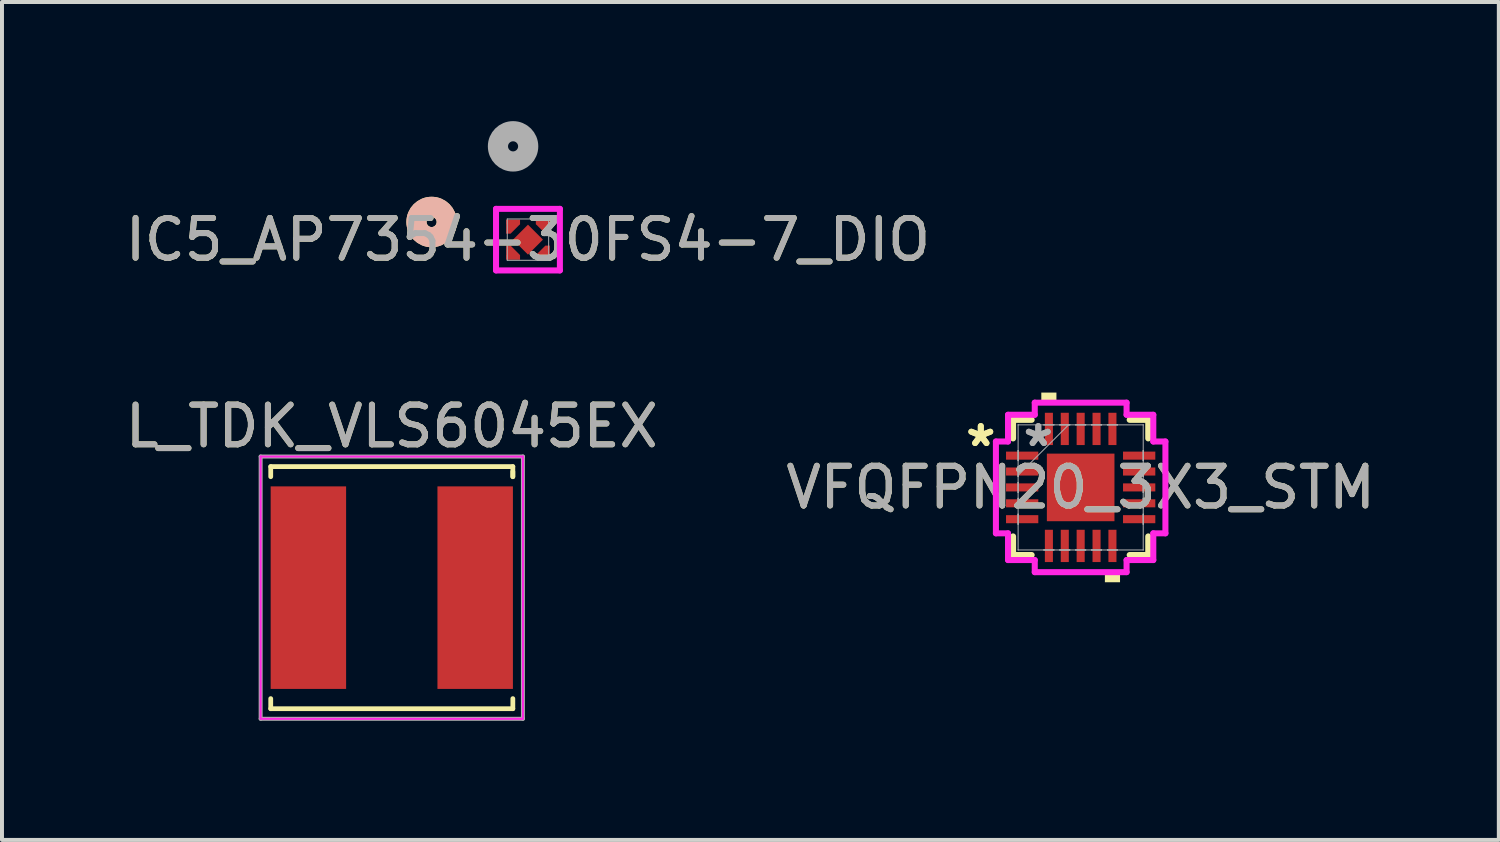
<source format=kicad_pcb>
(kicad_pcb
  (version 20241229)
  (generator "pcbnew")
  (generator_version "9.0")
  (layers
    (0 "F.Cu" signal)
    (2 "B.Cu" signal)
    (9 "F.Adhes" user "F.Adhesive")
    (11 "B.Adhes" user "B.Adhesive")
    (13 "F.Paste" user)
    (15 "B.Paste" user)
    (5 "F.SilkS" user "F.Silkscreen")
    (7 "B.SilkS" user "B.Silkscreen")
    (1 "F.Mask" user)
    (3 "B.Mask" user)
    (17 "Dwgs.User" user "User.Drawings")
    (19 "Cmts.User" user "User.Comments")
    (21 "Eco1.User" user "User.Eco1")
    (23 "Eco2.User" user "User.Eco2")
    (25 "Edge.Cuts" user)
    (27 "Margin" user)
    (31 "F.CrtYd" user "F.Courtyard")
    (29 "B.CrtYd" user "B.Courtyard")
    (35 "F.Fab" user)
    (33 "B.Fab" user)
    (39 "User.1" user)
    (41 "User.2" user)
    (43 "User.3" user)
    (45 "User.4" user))
  (footprint "IC5_AP7354-30FS4-7_DIO"
    (layer "F.Cu")
    (at 10.244 2.984)
    (property "Reference" "IC5_AP7354-30FS4-7_DIO" (at 0 0 0) (unlocked yes) (layer "F.SilkS") (effects (font (size 1 1) (thickness 0.15))))
    (attr smd)
    (fp_poly (pts (xy -0.55 0.15) (xy -0.438 0.15) (xy -0.2 0.388) (xy -0.2 0.5) (xy -0.55 0.5)) (stroke (width 0) (type solid)) (fill yes) (layer "F.Cu"))
    (fp_poly (pts (xy -0.2 -0.5) (xy -0.2 -0.388) (xy -0.438 -0.15) (xy -0.55 -0.15) (xy -0.55 -0.5)) (stroke (width 0) (type solid)) (fill yes) (layer "F.Cu"))
    (fp_poly (pts (xy 0.2 -0.388) (xy 0.2 -0.5) (xy 0.55 -0.5) (xy 0.55 -0.15) (xy 0.438 -0.15)) (stroke (width 0) (type solid)) (fill yes) (layer "F.Cu"))
    (fp_poly (pts (xy 0.2 0.388) (xy 0.2 0.5) (xy 0.55 0.5) (xy 0.55 0.15) (xy 0.438 0.15)) (stroke (width 0) (type solid)) (fill yes) (layer "F.Cu"))
    (fp_poly (pts (xy -0.55 0.15) (xy -0.438 0.15) (xy -0.2 0.388) (xy -0.2 0.5) (xy -0.55 0.5)) (stroke (width 0) (type solid)) (fill yes) (layer "F.Mask"))
    (fp_poly (pts (xy -0.2 -0.5) (xy -0.2 -0.388) (xy -0.438 -0.15) (xy -0.55 -0.15) (xy -0.55 -0.5)) (stroke (width 0) (type solid)) (fill yes) (layer "F.Mask"))
    (fp_poly (pts (xy 0.2 -0.388) (xy 0.2 -0.5) (xy 0.55 -0.5) (xy 0.55 -0.15) (xy 0.438 -0.15)) (stroke (width 0) (type solid)) (fill yes) (layer "F.Mask"))
    (fp_poly (pts (xy 0.2 0.388) (xy 0.2 0.5) (xy 0.55 0.5) (xy 0.55 0.15) (xy 0.438 0.15)) (stroke (width 0) (type solid)) (fill yes) (layer "F.Mask"))
    (fp_circle (center -2.426 -0.444) (end -2.045 -0.444) (stroke (width 0.508) (type solid)) (fill no) (layer "F.SilkS"))
    (fp_circle (center -2.426 -0.444) (end -2.045 -0.444) (stroke (width 0.508) (type solid)) (fill no) (layer "B.SilkS"))
    (fp_poly (pts (xy -0.55 0.15) (xy -0.438 0.15) (xy -0.2 0.388) (xy -0.2 0.5) (xy -0.55 0.5)) (stroke (width 0) (type solid)) (fill yes) (layer "F.Paste"))
    (fp_poly (pts (xy -0.2 -0.5) (xy -0.2 -0.388) (xy -0.438 -0.15) (xy -0.55 -0.15) (xy -0.55 -0.5)) (stroke (width 0) (type solid)) (fill yes) (layer "F.Paste"))
    (fp_poly (pts (xy 0.2 -0.388) (xy 0.2 -0.5) (xy 0.55 -0.5) (xy 0.55 -0.15) (xy 0.438 -0.15)) (stroke (width 0) (type solid)) (fill yes) (layer "F.Paste"))
    (fp_poly (pts (xy 0.2 0.388) (xy 0.2 0.5) (xy 0.55 0.5) (xy 0.55 0.15) (xy 0.438 0.15)) (stroke (width 0) (type solid)) (fill yes) (layer "F.Paste"))
    (fp_line (start -0.804 -0.775) (end -0.804 0.775) (stroke (width 0.152) (type solid)) (layer "F.CrtYd"))
    (fp_line (start -0.804 0.775) (end 0.804 0.775) (stroke (width 0.152) (type solid)) (layer "F.CrtYd"))
    (fp_line (start 0.804 -0.775) (end -0.804 -0.775) (stroke (width 0.152) (type solid)) (layer "F.CrtYd"))
    (fp_line (start 0.804 0.775) (end 0.804 -0.775) (stroke (width 0.152) (type solid)) (layer "F.CrtYd"))
    (fp_line (start -0.521 -0.521) (end -0.521 0.521) (stroke (width 0.025) (type solid)) (layer "F.Fab"))
    (fp_line (start -0.521 0.521) (end 0.521 0.521) (stroke (width 0.025) (type solid)) (layer "F.Fab"))
    (fp_line (start 0.521 -0.521) (end -0.521 -0.521) (stroke (width 0.025) (type solid)) (layer "F.Fab"))
    (fp_line (start 0.521 0.521) (end 0.521 -0.521) (stroke (width 0.025) (type solid)) (layer "F.Fab"))
    (fp_circle (center -0.375 -2.349) (end 0.006 -2.349) (stroke (width 0.508) (type solid)) (fill no) (layer "F.Fab"))
    (fp_text user "${REFERENCE}" (at 0 0 0) (unlocked yes) (layer "F.Fab") (effects (font (size 1 1) (thickness 0.15))))
    (pad "1" smd rect (at -0.375 -0.444) (size 0.35 0.112) (layers "F.Cu" "F.Mask" "F.Paste"))
    (pad "2" smd rect (at -0.375 0.444) (size 0.35 0.112) (layers "F.Cu" "F.Mask" "F.Paste"))
    (pad "3" smd rect (at 0.375 0.444) (size 0.35 0.112) (layers "F.Cu" "F.Mask" "F.Paste"))
    (pad "4" smd rect (at 0.375 -0.444) (size 0.35 0.112) (layers "F.Cu" "F.Mask" "F.Paste"))
    (pad "5" smd rect (at 0 0 45) (size 0.533 0.533) (layers "F.Cu" "F.Mask" "F.Paste")))
  (footprint "VFQFPN20_3X3_STM"
    (layer "F.Cu")
    (at 24.161 9.223)
    (property "Reference" "VFQFPN20_3X3_STM" (at 0 0 0) (unlocked yes) (layer "F.SilkS") (effects (font (size 1 1) (thickness 0.15))))
    (attr smd)
    (fp_line (start -1.702 -1.702) (end -1.702 -1.234) (stroke (width 0.152) (type solid)) (layer "F.SilkS"))
    (fp_line (start -1.702 1.234) (end -1.702 1.702) (stroke (width 0.152) (type solid)) (layer "F.SilkS"))
    (fp_line (start -1.702 1.702) (end -1.234 1.702) (stroke (width 0.152) (type solid)) (layer "F.SilkS"))
    (fp_line (start -1.234 -1.702) (end -1.702 -1.702) (stroke (width 0.152) (type solid)) (layer "F.SilkS"))
    (fp_line (start 1.234 1.702) (end 1.702 1.702) (stroke (width 0.152) (type solid)) (layer "F.SilkS"))
    (fp_line (start 1.702 -1.702) (end 1.234 -1.702) (stroke (width 0.152) (type solid)) (layer "F.SilkS"))
    (fp_line (start 1.702 -1.234) (end 1.702 -1.702) (stroke (width 0.152) (type solid)) (layer "F.SilkS"))
    (fp_line (start 1.702 1.702) (end 1.702 1.234) (stroke (width 0.152) (type solid)) (layer "F.SilkS"))
    (fp_poly (pts (xy -0.991 -2.134) (xy -0.991 -2.388) (xy -0.61 -2.388) (xy -0.61 -2.134)) (stroke (width 0) (type solid)) (fill yes) (layer "F.SilkS"))
    (fp_poly (pts (xy 0.61 2.134) (xy 0.61 2.388) (xy 0.991 2.388) (xy 0.991 2.134)) (stroke (width 0) (type solid)) (fill yes) (layer "F.SilkS"))
    (fp_line (start -2.134 -1.156) (end -1.829 -1.156) (stroke (width 0.152) (type solid)) (layer "F.CrtYd"))
    (fp_line (start -2.134 1.156) (end -2.134 -1.156) (stroke (width 0.152) (type solid)) (layer "F.CrtYd"))
    (fp_line (start -1.829 -1.829) (end -1.156 -1.829) (stroke (width 0.152) (type solid)) (layer "F.CrtYd"))
    (fp_line (start -1.829 -1.156) (end -1.829 -1.829) (stroke (width 0.152) (type solid)) (layer "F.CrtYd"))
    (fp_line (start -1.829 1.156) (end -2.134 1.156) (stroke (width 0.152) (type solid)) (layer "F.CrtYd"))
    (fp_line (start -1.829 1.829) (end -1.829 1.156) (stroke (width 0.152) (type solid)) (layer "F.CrtYd"))
    (fp_line (start -1.156 -2.134) (end 1.156 -2.134) (stroke (width 0.152) (type solid)) (layer "F.CrtYd"))
    (fp_line (start -1.156 -1.829) (end -1.156 -2.134) (stroke (width 0.152) (type solid)) (layer "F.CrtYd"))
    (fp_line (start -1.156 1.829) (end -1.829 1.829) (stroke (width 0.152) (type solid)) (layer "F.CrtYd"))
    (fp_line (start -1.156 2.134) (end -1.156 1.829) (stroke (width 0.152) (type solid)) (layer "F.CrtYd"))
    (fp_line (start 1.156 -2.134) (end 1.156 -1.829) (stroke (width 0.152) (type solid)) (layer "F.CrtYd"))
    (fp_line (start 1.156 -1.829) (end 1.829 -1.829) (stroke (width 0.152) (type solid)) (layer "F.CrtYd"))
    (fp_line (start 1.156 1.829) (end 1.156 2.134) (stroke (width 0.152) (type solid)) (layer "F.CrtYd"))
    (fp_line (start 1.156 2.134) (end -1.156 2.134) (stroke (width 0.152) (type solid)) (layer "F.CrtYd"))
    (fp_line (start 1.829 -1.829) (end 1.829 -1.156) (stroke (width 0.152) (type solid)) (layer "F.CrtYd"))
    (fp_line (start 1.829 -1.156) (end 2.134 -1.156) (stroke (width 0.152) (type solid)) (layer "F.CrtYd"))
    (fp_line (start 1.829 1.156) (end 1.829 1.829) (stroke (width 0.152) (type solid)) (layer "F.CrtYd"))
    (fp_line (start 1.829 1.829) (end 1.156 1.829) (stroke (width 0.152) (type solid)) (layer "F.CrtYd"))
    (fp_line (start 2.134 -1.156) (end 2.134 1.156) (stroke (width 0.152) (type solid)) (layer "F.CrtYd"))
    (fp_line (start 2.134 1.156) (end 1.829 1.156) (stroke (width 0.152) (type solid)) (layer "F.CrtYd"))
    (fp_line (start -1.575 -1.575) (end -1.575 -1.575) (stroke (width 0.025) (type solid)) (layer "F.Fab"))
    (fp_line (start -1.575 -1.575) (end -1.575 1.575) (stroke (width 0.025) (type solid)) (layer "F.Fab"))
    (fp_line (start -1.575 -0.927) (end -1.575 -0.927) (stroke (width 0.025) (type solid)) (layer "F.Fab"))
    (fp_line (start -1.575 -0.927) (end -1.575 -0.673) (stroke (width 0.025) (type solid)) (layer "F.Fab"))
    (fp_line (start -1.575 -0.673) (end -1.575 -0.927) (stroke (width 0.025) (type solid)) (layer "F.Fab"))
    (fp_line (start -1.575 -0.673) (end -1.575 -0.673) (stroke (width 0.025) (type solid)) (layer "F.Fab"))
    (fp_line (start -1.575 -0.527) (end -1.575 -0.527) (stroke (width 0.025) (type solid)) (layer "F.Fab"))
    (fp_line (start -1.575 -0.527) (end -1.575 -0.273) (stroke (width 0.025) (type solid)) (layer "F.Fab"))
    (fp_line (start -1.575 -0.305) (end -0.305 -1.575) (stroke (width 0.025) (type solid)) (layer "F.Fab"))
    (fp_line (start -1.575 -0.273) (end -1.575 -0.527) (stroke (width 0.025) (type solid)) (layer "F.Fab"))
    (fp_line (start -1.575 -0.273) (end -1.575 -0.273) (stroke (width 0.025) (type solid)) (layer "F.Fab"))
    (fp_line (start -1.575 -0.127) (end -1.575 -0.127) (stroke (width 0.025) (type solid)) (layer "F.Fab"))
    (fp_line (start -1.575 -0.127) (end -1.575 0.127) (stroke (width 0.025) (type solid)) (layer "F.Fab"))
    (fp_line (start -1.575 0.127) (end -1.575 -0.127) (stroke (width 0.025) (type solid)) (layer "F.Fab"))
    (fp_line (start -1.575 0.127) (end -1.575 0.127) (stroke (width 0.025) (type solid)) (layer "F.Fab"))
    (fp_line (start -1.575 0.273) (end -1.575 0.273) (stroke (width 0.025) (type solid)) (layer "F.Fab"))
    (fp_line (start -1.575 0.273) (end -1.575 0.527) (stroke (width 0.025) (type solid)) (layer "F.Fab"))
    (fp_line (start -1.575 0.527) (end -1.575 0.273) (stroke (width 0.025) (type solid)) (layer "F.Fab"))
    (fp_line (start -1.575 0.527) (end -1.575 0.527) (stroke (width 0.025) (type solid)) (layer "F.Fab"))
    (fp_line (start -1.575 0.673) (end -1.575 0.673) (stroke (width 0.025) (type solid)) (layer "F.Fab"))
    (fp_line (start -1.575 0.673) (end -1.575 0.927) (stroke (width 0.025) (type solid)) (layer "F.Fab"))
    (fp_line (start -1.575 0.927) (end -1.575 0.673) (stroke (width 0.025) (type solid)) (layer "F.Fab"))
    (fp_line (start -1.575 0.927) (end -1.575 0.927) (stroke (width 0.025) (type solid)) (layer "F.Fab"))
    (fp_line (start -1.575 1.575) (end -1.575 1.575) (stroke (width 0.025) (type solid)) (layer "F.Fab"))
    (fp_line (start -1.575 1.575) (end 1.575 1.575) (stroke (width 0.025) (type solid)) (layer "F.Fab"))
    (fp_line (start -0.927 -1.575) (end -0.927 -1.575) (stroke (width 0.025) (type solid)) (layer "F.Fab"))
    (fp_line (start -0.927 -1.575) (end -0.673 -1.575) (stroke (width 0.025) (type solid)) (layer "F.Fab"))
    (fp_line (start -0.927 1.575) (end -0.927 1.575) (stroke (width 0.025) (type solid)) (layer "F.Fab"))
    (fp_line (start -0.927 1.575) (end -0.673 1.575) (stroke (width 0.025) (type solid)) (layer "F.Fab"))
    (fp_line (start -0.673 -1.575) (end -0.927 -1.575) (stroke (width 0.025) (type solid)) (layer "F.Fab"))
    (fp_line (start -0.673 -1.575) (end -0.673 -1.575) (stroke (width 0.025) (type solid)) (layer "F.Fab"))
    (fp_line (start -0.673 1.575) (end -0.927 1.575) (stroke (width 0.025) (type solid)) (layer "F.Fab"))
    (fp_line (start -0.673 1.575) (end -0.673 1.575) (stroke (width 0.025) (type solid)) (layer "F.Fab"))
    (fp_line (start -0.527 -1.575) (end -0.527 -1.575) (stroke (width 0.025) (type solid)) (layer "F.Fab"))
    (fp_line (start -0.527 -1.575) (end -0.273 -1.575) (stroke (width 0.025) (type solid)) (layer "F.Fab"))
    (fp_line (start -0.527 1.575) (end -0.527 1.575) (stroke (width 0.025) (type solid)) (layer "F.Fab"))
    (fp_line (start -0.527 1.575) (end -0.273 1.575) (stroke (width 0.025) (type solid)) (layer "F.Fab"))
    (fp_line (start -0.273 -1.575) (end -0.527 -1.575) (stroke (width 0.025) (type solid)) (layer "F.Fab"))
    (fp_line (start -0.273 -1.575) (end -0.273 -1.575) (stroke (width 0.025) (type solid)) (layer "F.Fab"))
    (fp_line (start -0.273 1.575) (end -0.527 1.575) (stroke (width 0.025) (type solid)) (layer "F.Fab"))
    (fp_line (start -0.273 1.575) (end -0.273 1.575) (stroke (width 0.025) (type solid)) (layer "F.Fab"))
    (fp_line (start -0.127 -1.575) (end -0.127 -1.575) (stroke (width 0.025) (type solid)) (layer "F.Fab"))
    (fp_line (start -0.127 -1.575) (end 0.127 -1.575) (stroke (width 0.025) (type solid)) (layer "F.Fab"))
    (fp_line (start -0.127 1.575) (end -0.127 1.575) (stroke (width 0.025) (type solid)) (layer "F.Fab"))
    (fp_line (start -0.127 1.575) (end 0.127 1.575) (stroke (width 0.025) (type solid)) (layer "F.Fab"))
    (fp_line (start 0.127 -1.575) (end -0.127 -1.575) (stroke (width 0.025) (type solid)) (layer "F.Fab"))
    (fp_line (start 0.127 -1.575) (end 0.127 -1.575) (stroke (width 0.025) (type solid)) (layer "F.Fab"))
    (fp_line (start 0.127 1.575) (end -0.127 1.575) (stroke (width 0.025) (type solid)) (layer "F.Fab"))
    (fp_line (start 0.127 1.575) (end 0.127 1.575) (stroke (width 0.025) (type solid)) (layer "F.Fab"))
    (fp_line (start 0.273 -1.575) (end 0.273 -1.575) (stroke (width 0.025) (type solid)) (layer "F.Fab"))
    (fp_line (start 0.273 -1.575) (end 0.527 -1.575) (stroke (width 0.025) (type solid)) (layer "F.Fab"))
    (fp_line (start 0.273 1.575) (end 0.273 1.575) (stroke (width 0.025) (type solid)) (layer "F.Fab"))
    (fp_line (start 0.273 1.575) (end 0.527 1.575) (stroke (width 0.025) (type solid)) (layer "F.Fab"))
    (fp_line (start 0.527 -1.575) (end 0.273 -1.575) (stroke (width 0.025) (type solid)) (layer "F.Fab"))
    (fp_line (start 0.527 -1.575) (end 0.527 -1.575) (stroke (width 0.025) (type solid)) (layer "F.Fab"))
    (fp_line (start 0.527 1.575) (end 0.273 1.575) (stroke (width 0.025) (type solid)) (layer "F.Fab"))
    (fp_line (start 0.527 1.575) (end 0.527 1.575) (stroke (width 0.025) (type solid)) (layer "F.Fab"))
    (fp_line (start 0.673 -1.575) (end 0.673 -1.575) (stroke (width 0.025) (type solid)) (layer "F.Fab"))
    (fp_line (start 0.673 -1.575) (end 0.927 -1.575) (stroke (width 0.025) (type solid)) (layer "F.Fab"))
    (fp_line (start 0.673 1.575) (end 0.673 1.575) (stroke (width 0.025) (type solid)) (layer "F.Fab"))
    (fp_line (start 0.673 1.575) (end 0.927 1.575) (stroke (width 0.025) (type solid)) (layer "F.Fab"))
    (fp_line (start 0.927 -1.575) (end 0.673 -1.575) (stroke (width 0.025) (type solid)) (layer "F.Fab"))
    (fp_line (start 0.927 -1.575) (end 0.927 -1.575) (stroke (width 0.025) (type solid)) (layer "F.Fab"))
    (fp_line (start 0.927 1.575) (end 0.673 1.575) (stroke (width 0.025) (type solid)) (layer "F.Fab"))
    (fp_line (start 0.927 1.575) (end 0.927 1.575) (stroke (width 0.025) (type solid)) (layer "F.Fab"))
    (fp_line (start 1.575 -1.575) (end -1.575 -1.575) (stroke (width 0.025) (type solid)) (layer "F.Fab"))
    (fp_line (start 1.575 -1.575) (end 1.575 -1.575) (stroke (width 0.025) (type solid)) (layer "F.Fab"))
    (fp_line (start 1.575 -0.927) (end 1.575 -0.927) (stroke (width 0.025) (type solid)) (layer "F.Fab"))
    (fp_line (start 1.575 -0.927) (end 1.575 -0.673) (stroke (width 0.025) (type solid)) (layer "F.Fab"))
    (fp_line (start 1.575 -0.673) (end 1.575 -0.927) (stroke (width 0.025) (type solid)) (layer "F.Fab"))
    (fp_line (start 1.575 -0.673) (end 1.575 -0.673) (stroke (width 0.025) (type solid)) (layer "F.Fab"))
    (fp_line (start 1.575 -0.527) (end 1.575 -0.527) (stroke (width 0.025) (type solid)) (layer "F.Fab"))
    (fp_line (start 1.575 -0.527) (end 1.575 -0.273) (stroke (width 0.025) (type solid)) (layer "F.Fab"))
    (fp_line (start 1.575 -0.273) (end 1.575 -0.527) (stroke (width 0.025) (type solid)) (layer "F.Fab"))
    (fp_line (start 1.575 -0.273) (end 1.575 -0.273) (stroke (width 0.025) (type solid)) (layer "F.Fab"))
    (fp_line (start 1.575 -0.127) (end 1.575 -0.127) (stroke (width 0.025) (type solid)) (layer "F.Fab"))
    (fp_line (start 1.575 -0.127) (end 1.575 0.127) (stroke (width 0.025) (type solid)) (layer "F.Fab"))
    (fp_line (start 1.575 0.127) (end 1.575 -0.127) (stroke (width 0.025) (type solid)) (layer "F.Fab"))
    (fp_line (start 1.575 0.127) (end 1.575 0.127) (stroke (width 0.025) (type solid)) (layer "F.Fab"))
    (fp_line (start 1.575 0.273) (end 1.575 0.273) (stroke (width 0.025) (type solid)) (layer "F.Fab"))
    (fp_line (start 1.575 0.273) (end 1.575 0.527) (stroke (width 0.025) (type solid)) (layer "F.Fab"))
    (fp_line (start 1.575 0.527) (end 1.575 0.273) (stroke (width 0.025) (type solid)) (layer "F.Fab"))
    (fp_line (start 1.575 0.527) (end 1.575 0.527) (stroke (width 0.025) (type solid)) (layer "F.Fab"))
    (fp_line (start 1.575 0.673) (end 1.575 0.673) (stroke (width 0.025) (type solid)) (layer "F.Fab"))
    (fp_line (start 1.575 0.673) (end 1.575 0.927) (stroke (width 0.025) (type solid)) (layer "F.Fab"))
    (fp_line (start 1.575 0.927) (end 1.575 0.673) (stroke (width 0.025) (type solid)) (layer "F.Fab"))
    (fp_line (start 1.575 0.927) (end 1.575 0.927) (stroke (width 0.025) (type solid)) (layer "F.Fab"))
    (fp_line (start 1.575 1.575) (end 1.575 -1.575) (stroke (width 0.025) (type solid)) (layer "F.Fab"))
    (fp_line (start 1.575 1.575) (end 1.575 1.575) (stroke (width 0.025) (type solid)) (layer "F.Fab"))
    (fp_text user "*" (at -2.515 -1 0) (unlocked yes) (layer "F.SilkS") (effects (font (size 1 1) (thickness 0.15))))
    (fp_text user "*" (at -2.515 -1 0) (layer "F.SilkS") (effects (font (size 1 1) (thickness 0.15))))
    (fp_text user "${REFERENCE}" (at 0 0 0) (unlocked yes) (layer "F.Fab") (effects (font (size 1 1) (thickness 0.15))))
    (fp_text user "*" (at -1.067 -1 0) (unlocked yes) (layer "F.Fab") (effects (font (size 1 1) (thickness 0.15))))
    (fp_text user "*" (at -1.067 -1 0) (layer "F.Fab") (effects (font (size 1 1) (thickness 0.15))))
    (pad "1" smd rect (at -1.473 -0.8 90) (size 0.203 0.813) (layers "F.Cu" "F.Mask" "F.Paste"))
    (pad "2" smd rect (at -1.473 -0.4 90) (size 0.203 0.813) (layers "F.Cu" "F.Mask" "F.Paste"))
    (pad "3" smd rect (at -1.473 0 90) (size 0.203 0.813) (layers "F.Cu" "F.Mask" "F.Paste"))
    (pad "4" smd rect (at -1.473 0.4 90) (size 0.203 0.813) (layers "F.Cu" "F.Mask" "F.Paste"))
    (pad "5" smd rect (at -1.473 0.8 90) (size 0.203 0.813) (layers "F.Cu" "F.Mask" "F.Paste"))
    (pad "6" smd rect (at -0.8 1.473) (size 0.203 0.813) (layers "F.Cu" "F.Mask" "F.Paste"))
    (pad "7" smd rect (at -0.4 1.473) (size 0.203 0.813) (layers "F.Cu" "F.Mask" "F.Paste"))
    (pad "8" smd rect (at 0 1.473) (size 0.203 0.813) (layers "F.Cu" "F.Mask" "F.Paste"))
    (pad "9" smd rect (at 0.4 1.473) (size 0.203 0.813) (layers "F.Cu" "F.Mask" "F.Paste"))
    (pad "10" smd rect (at 0.8 1.473) (size 0.203 0.813) (layers "F.Cu" "F.Mask" "F.Paste"))
    (pad "11" smd rect (at 1.473 0.8 90) (size 0.203 0.813) (layers "F.Cu" "F.Mask" "F.Paste"))
    (pad "12" smd rect (at 1.473 0.4 90) (size 0.203 0.813) (layers "F.Cu" "F.Mask" "F.Paste"))
    (pad "13" smd rect (at 1.473 0 90) (size 0.203 0.813) (layers "F.Cu" "F.Mask" "F.Paste"))
    (pad "14" smd rect (at 1.473 -0.4 90) (size 0.203 0.813) (layers "F.Cu" "F.Mask" "F.Paste"))
    (pad "15" smd rect (at 1.473 -0.8 90) (size 0.203 0.813) (layers "F.Cu" "F.Mask" "F.Paste"))
    (pad "16" smd rect (at 0.8 -1.473) (size 0.203 0.813) (layers "F.Cu" "F.Mask" "F.Paste"))
    (pad "17" smd rect (at 0.4 -1.473) (size 0.203 0.813) (layers "F.Cu" "F.Mask" "F.Paste"))
    (pad "18" smd rect (at 0 -1.473) (size 0.203 0.813) (layers "F.Cu" "F.Mask" "F.Paste"))
    (pad "19" smd rect (at -0.4 -1.473) (size 0.203 0.813) (layers "F.Cu" "F.Mask" "F.Paste"))
    (pad "20" smd rect (at -0.8 -1.473) (size 0.203 0.813) (layers "F.Cu" "F.Mask" "F.Paste"))
    (pad "21" smd rect (at 0 0) (size 1.702 1.702) (layers "F.Cu" "F.Mask" "F.Paste")))
  (footprint "L_TDK_VLS6045EX"
    (layer "F.Cu")
    (at 6.815 11.747)
    (property "Reference" "L_TDK_VLS6045EX" (at 0 -4.064 0) (layer "F.SilkS") (effects (font (size 1 1) (thickness 0.15))))
    (attr smd)
    (fp_line (start -3.048 -3.048) (end -3.048 -2.794) (stroke (width 0.12) (type solid)) (layer "F.SilkS"))
    (fp_line (start -3.048 -3.048) (end 3.048 -3.048) (stroke (width 0.12) (type solid)) (layer "F.SilkS"))
    (fp_line (start -3.048 3.048) (end -3.048 2.794) (stroke (width 0.12) (type solid)) (layer "F.SilkS"))
    (fp_line (start 3.048 -3.048) (end 3.048 -2.794) (stroke (width 0.12) (type solid)) (layer "F.SilkS"))
    (fp_line (start 3.048 -2.794) (end 3.048 -2.921) (stroke (width 0.12) (type solid)) (layer "F.SilkS"))
    (fp_line (start 3.048 2.794) (end 3.048 3.048) (stroke (width 0.12) (type solid)) (layer "F.SilkS"))
    (fp_line (start 3.048 3.048) (end -3.048 3.048) (stroke (width 0.12) (type solid)) (layer "F.SilkS"))
    (fp_line (start -3.302 -3.302) (end -3.302 3.302) (stroke (width 0.05) (type solid)) (layer "F.CrtYd"))
    (fp_line (start -3.302 -3.302) (end 3.302 -3.302) (stroke (width 0.05) (type solid)) (layer "F.CrtYd"))
    (fp_line (start 3.302 -3.302) (end 3.302 3.302) (stroke (width 0.05) (type solid)) (layer "F.CrtYd"))
    (fp_line (start 3.302 3.302) (end -3.302 3.302) (stroke (width 0.05) (type solid)) (layer "F.CrtYd"))
    (fp_line (start -3.302 -3.302) (end 3.302 -3.302) (stroke (width 0.1) (type solid)) (layer "F.Fab"))
    (fp_line (start -3.302 3.302) (end -3.302 -3.302) (stroke (width 0.1) (type solid)) (layer "F.Fab"))
    (fp_line (start 3.302 -3.302) (end 3.302 3.302) (stroke (width 0.1) (type solid)) (layer "F.Fab"))
    (fp_line (start 3.302 3.302) (end -3.302 3.302) (stroke (width 0.1) (type solid)) (layer "F.Fab"))
    (fp_text user "${REFERENCE}" (at 0 -4.064 0) (layer "F.Fab") (effects (font (size 1 1) (thickness 0.15))))
    (pad "1" smd rect (at -2.1 0) (size 1.9 5.1) (layers "F.Cu" "F.Mask" "F.Paste"))
    (pad "2" smd rect (at 2.1 0) (size 1.9 5.1) (layers "F.Cu" "F.Mask" "F.Paste")))
  (gr_rect
    (start -3 -3)
    (end 34.69 18.099)
    (stroke (width 0.1) (type default))
    (fill no)
    (layer "Edge.Cuts")))
</source>
